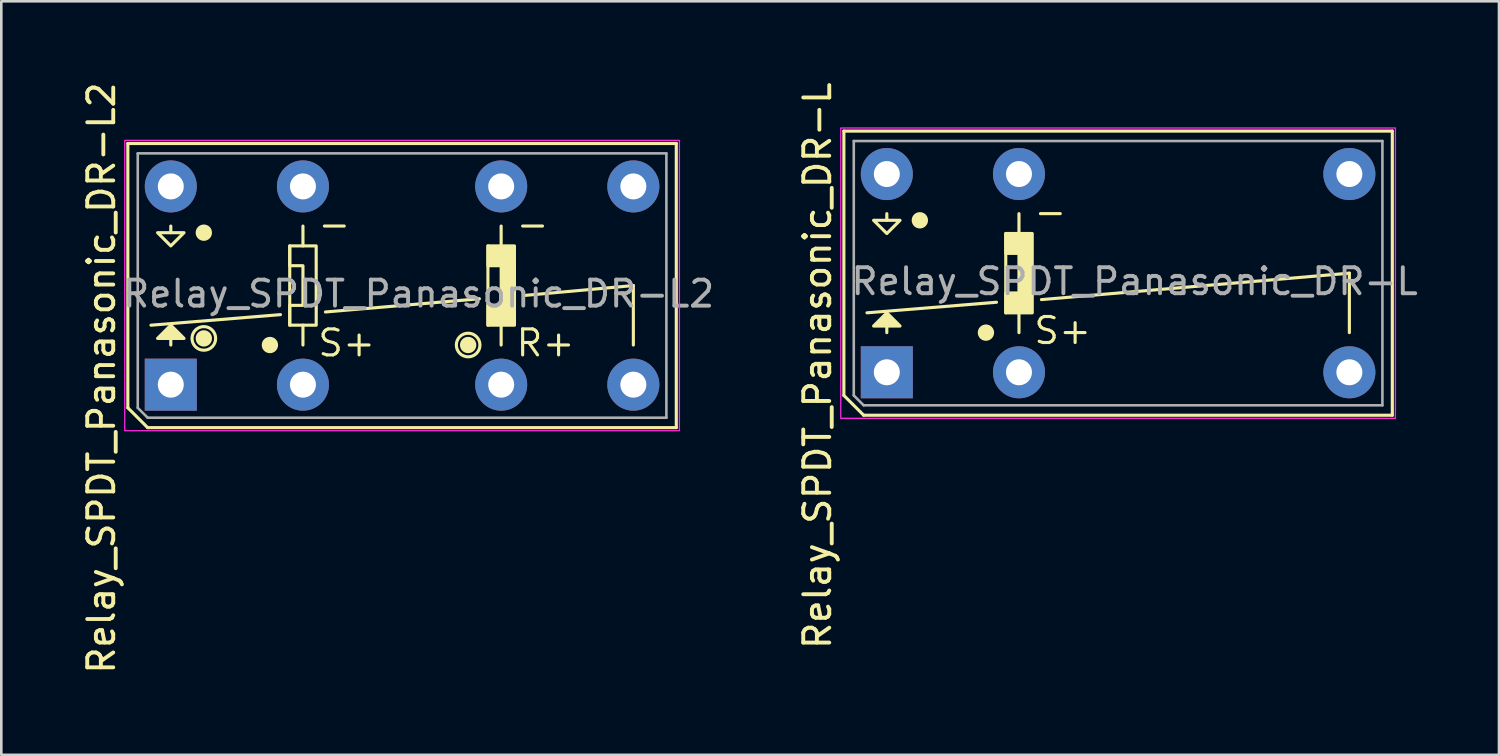
<source format=kicad_pcb>
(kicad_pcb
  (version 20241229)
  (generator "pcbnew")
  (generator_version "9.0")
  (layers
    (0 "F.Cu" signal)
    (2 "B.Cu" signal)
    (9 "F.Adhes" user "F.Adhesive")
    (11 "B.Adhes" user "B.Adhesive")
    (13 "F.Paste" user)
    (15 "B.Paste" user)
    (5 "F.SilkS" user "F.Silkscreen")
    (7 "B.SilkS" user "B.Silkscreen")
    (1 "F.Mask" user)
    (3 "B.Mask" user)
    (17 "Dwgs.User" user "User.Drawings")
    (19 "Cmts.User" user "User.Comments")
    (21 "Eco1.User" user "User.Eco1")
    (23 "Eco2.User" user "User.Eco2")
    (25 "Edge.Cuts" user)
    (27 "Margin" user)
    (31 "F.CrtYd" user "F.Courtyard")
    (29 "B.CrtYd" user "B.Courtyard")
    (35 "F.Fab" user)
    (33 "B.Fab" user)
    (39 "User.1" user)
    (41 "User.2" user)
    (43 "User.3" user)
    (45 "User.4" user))
  (footprint "Relay_SPDT_Panasonic_DR-L2"
    (layer "F.Cu")
    (at 3.515 11.736)
    (property "Reference" "Relay_SPDT_Panasonic_DR-L2" (at -2.667 -0.254 90) (unlocked yes) (layer "F.SilkS") (effects (font (size 1 1) (thickness 0.15))))
    (attr through_hole)
    (fp_line (start -1.651 -9.271) (end 19.431 -9.271) (stroke (width 0.12) (type solid)) (layer "F.SilkS"))
    (fp_line (start -1.651 0.89) (end -1.651 -9.271) (stroke (width 0.12) (type solid)) (layer "F.SilkS"))
    (fp_line (start -0.89 1.651) (end -1.651 0.89) (stroke (width 0.12) (type solid)) (layer "F.SilkS"))
    (fp_line (start -0.89 1.651) (end 19.431 1.651) (stroke (width 0.12) (type solid)) (layer "F.SilkS"))
    (fp_line (start -0.762 -2.286) (end 4.216 -2.692) (stroke (width 0.12) (type solid)) (layer "F.SilkS"))
    (fp_line (start 0 -5.842) (end 0 -6.096) (stroke (width 0.12) (type solid)) (layer "F.SilkS"))
    (fp_line (start 0 -1.524) (end 0 -1.778) (stroke (width 0.12) (type solid)) (layer "F.SilkS"))
    (fp_line (start 4.572 -2.286) (end 4.572 -5.334) (stroke (width 0.12) (type solid)) (layer "F.SilkS"))
    (fp_line (start 5.08 -5.334) (end 5.08 -6.096) (stroke (width 0.12) (type solid)) (layer "F.SilkS"))
    (fp_line (start 5.08 -2.286) (end 5.08 -1.524) (stroke (width 0.12) (type solid)) (layer "F.SilkS"))
    (fp_line (start 5.944 -2.794) (end 11.862 -3.302) (stroke (width 0.12) (type solid)) (layer "F.SilkS"))
    (fp_line (start 12.19 -2.286) (end 12.19 -5.334) (stroke (width 0.12) (type solid)) (layer "F.SilkS"))
    (fp_line (start 12.698 -5.334) (end 12.698 -6.096) (stroke (width 0.12) (type solid)) (layer "F.SilkS"))
    (fp_line (start 12.698 -2.286) (end 12.698 -1.524) (stroke (width 0.12) (type solid)) (layer "F.SilkS"))
    (fp_line (start 13.589 -3.429) (end 17.78 -3.81) (stroke (width 0.12) (type solid)) (layer "F.SilkS"))
    (fp_line (start 17.78 -1.524) (end 17.78 -3.81) (stroke (width 0.12) (type solid)) (layer "F.SilkS"))
    (fp_line (start 19.431 1.651) (end 19.431 -9.271) (stroke (width 0.12) (type solid)) (layer "F.SilkS"))
    (fp_circle (center 1.27 -5.842) (end 1.524 -5.842) (stroke (width 0.12) (type solid)) (fill yes) (layer "F.SilkS"))
    (fp_circle (center 1.27 -1.778) (end 1.524 -1.778) (stroke (width 0.12) (type solid)) (fill yes) (layer "F.SilkS"))
    (fp_circle (center 1.27 -1.778) (end 1.724 -1.778) (stroke (width 0.12) (type solid)) (fill no) (layer "F.SilkS"))
    (fp_circle (center 3.81 -1.524) (end 4.064 -1.524) (stroke (width 0.12) (type solid)) (fill yes) (layer "F.SilkS"))
    (fp_circle (center 11.43 -1.524) (end 11.684 -1.524) (stroke (width 0.12) (type solid)) (fill yes) (layer "F.SilkS"))
    (fp_circle (center 11.43 -1.524) (end 11.884 -1.524) (stroke (width 0.12) (type solid)) (fill no) (layer "F.SilkS"))
    (fp_poly (pts (xy -0.508 -5.842) (xy 0 -5.334) (xy 0.508 -5.842)) (stroke (width 0.12) (type solid)) (fill no) (layer "F.SilkS"))
    (fp_poly (pts (xy 0.508 -1.778) (xy -0.508 -1.778) (xy 0 -2.286)) (stroke (width 0.12) (type solid)) (fill yes) (layer "F.SilkS"))
    (fp_poly (pts (xy 4.572 -4.572) (xy 4.572 -5.334) (xy 5.589 -5.334) (xy 5.59 -2.286) (xy 4.572 -2.286) (xy 4.572 -3.048) (xy 5.08 -3.048) (xy 5.08 -4.572)) (stroke (width 0.12) (type solid)) (fill no) (layer "F.SilkS"))
    (fp_poly (pts (xy 12.192 -4.572) (xy 12.192 -5.334) (xy 13.209 -5.334) (xy 13.21 -2.286) (xy 12.192 -2.286) (xy 12.192 -3.048) (xy 12.7 -3.048) (xy 12.7 -4.572)) (stroke (width 0.12) (type solid)) (fill yes) (layer "F.SilkS"))
    (fp_rect (start -1.77 -9.39) (end 19.55 1.77) (stroke (width 0.05) (type default)) (fill no) (layer "F.CrtYd"))
    (fp_line (start -1.27 -8.89) (end 19.05 -8.89) (stroke (width 0.1) (type solid)) (layer "F.Fab"))
    (fp_line (start -1.27 0.89) (end -1.27 -8.89) (stroke (width 0.1) (type solid)) (layer "F.Fab"))
    (fp_line (start -0.89 1.27) (end -1.27 0.89) (stroke (width 0.1) (type solid)) (layer "F.Fab"))
    (fp_line (start 19.05 -8.89) (end 19.05 1.27) (stroke (width 0.1) (type solid)) (layer "F.Fab"))
    (fp_line (start 19.05 1.27) (end -0.89 1.27) (stroke (width 0.1) (type solid)) (layer "F.Fab"))
    (fp_text user "-" (at 5.588 -5.588 0) (unlocked yes) (layer "F.SilkS") (effects (font (size 1 1) (thickness 0.12)) (justify left bottom)))
    (fp_text user "R+" (at 13.208 -1.016 0) (unlocked yes) (layer "F.SilkS") (effects (font (size 1 1) (thickness 0.12)) (justify left bottom)))
    (fp_text user "-" (at 13.208 -5.588 0) (unlocked yes) (layer "F.SilkS") (effects (font (size 1 1) (thickness 0.12)) (justify left bottom)))
    (fp_text user "S+" (at 5.588 -1.016 0) (unlocked yes) (layer "F.SilkS") (effects (font (size 1 1) (thickness 0.12)) (justify left bottom)))
    (fp_text user "${REFERENCE}" (at 9.525 -3.493 0) (unlocked yes) (layer "F.Fab") (effects (font (size 1 1) (thickness 0.15))))
    (pad "11" thru_hole circle (at 17.78 0 180) (size 2 2) (drill 1) (layers "*.Cu" "*.Mask"))
    (pad "12" thru_hole rect (at 0 0 180) (size 2 2) (drill 1) (layers "*.Cu" "*.Mask"))
    (pad "14" thru_hole circle (at 0 -7.62 180) (size 2 2) (drill 1) (layers "*.Cu" "*.Mask"))
    (pad "A1" thru_hole circle (at 5.08 0 180) (size 2 2) (drill 1) (layers "*.Cu" "*.Mask"))
    (pad "A2" thru_hole circle (at 5.08 -7.62 180) (size 2 2) (drill 1) (layers "*.Cu" "*.Mask"))
    (pad "B1" thru_hole circle (at 12.7 0 180) (size 2 2) (drill 1) (layers "*.Cu" "*.Mask"))
    (pad "B2" thru_hole circle (at 12.7 -7.62 180) (size 2 2) (drill 1) (layers "*.Cu" "*.Mask"))
    (pad "PE" thru_hole circle (at 17.78 -7.62 180) (size 2 2) (drill 1) (layers "*.Cu" "*.Mask")))
  (footprint "Relay_SPDT_Panasonic_DR-L"
    (layer "F.Cu")
    (at 31.038 11.26)
    (property "Reference" "Relay_SPDT_Panasonic_DR-L" (at -2.667 -0.254 90) (unlocked yes) (layer "F.SilkS") (effects (font (size 1 1) (thickness 0.15))))
    (attr through_hole)
    (fp_line (start -1.651 -9.271) (end 19.431 -9.271) (stroke (width 0.12) (type solid)) (layer "F.SilkS"))
    (fp_line (start -1.651 0.89) (end -1.651 -9.271) (stroke (width 0.12) (type solid)) (layer "F.SilkS"))
    (fp_line (start -0.89 1.651) (end -1.651 0.89) (stroke (width 0.12) (type solid)) (layer "F.SilkS"))
    (fp_line (start -0.89 1.651) (end 19.431 1.651) (stroke (width 0.12) (type solid)) (layer "F.SilkS"))
    (fp_line (start -0.762 -2.286) (end 4.216 -2.692) (stroke (width 0.12) (type solid)) (layer "F.SilkS"))
    (fp_line (start 0 -5.842) (end 0 -6.096) (stroke (width 0.12) (type solid)) (layer "F.SilkS"))
    (fp_line (start 0 -1.524) (end 0 -1.778) (stroke (width 0.12) (type solid)) (layer "F.SilkS"))
    (fp_line (start 4.572 -2.286) (end 4.572 -5.334) (stroke (width 0.12) (type solid)) (layer "F.SilkS"))
    (fp_line (start 5.08 -5.334) (end 5.08 -6.096) (stroke (width 0.12) (type solid)) (layer "F.SilkS"))
    (fp_line (start 5.08 -2.286) (end 5.08 -1.524) (stroke (width 0.12) (type solid)) (layer "F.SilkS"))
    (fp_line (start 5.944 -2.794) (end 17.78 -3.81) (stroke (width 0.12) (type solid)) (layer "F.SilkS"))
    (fp_line (start 17.78 -1.524) (end 17.78 -3.81) (stroke (width 0.12) (type solid)) (layer "F.SilkS"))
    (fp_line (start 19.431 1.651) (end 19.431 -9.271) (stroke (width 0.12) (type solid)) (layer "F.SilkS"))
    (fp_circle (center 1.27 -5.842) (end 1.524 -5.842) (stroke (width 0.12) (type solid)) (fill yes) (layer "F.SilkS"))
    (fp_circle (center 3.81 -1.524) (end 4.064 -1.524) (stroke (width 0.12) (type solid)) (fill yes) (layer "F.SilkS"))
    (fp_poly (pts (xy -0.508 -5.842) (xy 0 -5.334) (xy 0.508 -5.842)) (stroke (width 0.12) (type solid)) (fill no) (layer "F.SilkS"))
    (fp_poly (pts (xy 0.508 -1.778) (xy -0.508 -1.778) (xy 0 -2.286)) (stroke (width 0.12) (type solid)) (fill yes) (layer "F.SilkS"))
    (fp_poly (pts (xy 4.572 -4.572) (xy 4.572 -5.334) (xy 5.589 -5.334) (xy 5.59 -2.286) (xy 4.572 -2.286) (xy 4.572 -3.048) (xy 5.08 -3.048) (xy 5.08 -4.572)) (stroke (width 0.12) (type solid)) (fill yes) (layer "F.SilkS"))
    (fp_rect (start -1.77 -9.39) (end 19.55 1.77) (stroke (width 0.05) (type default)) (fill no) (layer "F.CrtYd"))
    (fp_line (start -1.27 -8.89) (end 19.05 -8.89) (stroke (width 0.1) (type solid)) (layer "F.Fab"))
    (fp_line (start -1.27 0.89) (end -1.27 -8.89) (stroke (width 0.1) (type solid)) (layer "F.Fab"))
    (fp_line (start -0.89 1.27) (end -1.27 0.89) (stroke (width 0.1) (type solid)) (layer "F.Fab"))
    (fp_line (start 19.05 -8.89) (end 19.05 1.27) (stroke (width 0.1) (type solid)) (layer "F.Fab"))
    (fp_line (start 19.05 1.27) (end -0.89 1.27) (stroke (width 0.1) (type solid)) (layer "F.Fab"))
    (fp_text user "S+" (at 5.588 -1.016 0) (unlocked yes) (layer "F.SilkS") (effects (font (size 1 1) (thickness 0.12)) (justify left bottom)))
    (fp_text user "-" (at 5.588 -5.588 0) (unlocked yes) (layer "F.SilkS") (effects (font (size 1 1) (thickness 0.12)) (justify left bottom)))
    (fp_text user "${REFERENCE}" (at 9.525 -3.493 0) (unlocked yes) (layer "F.Fab") (effects (font (size 1 1) (thickness 0.15))))
    (pad "11" thru_hole circle (at 17.78 0 180) (size 2 2) (drill 1) (layers "*.Cu" "*.Mask"))
    (pad "12" thru_hole rect (at 0 0 180) (size 2 2) (drill 1) (layers "*.Cu" "*.Mask"))
    (pad "14" thru_hole circle (at 0 -7.62 180) (size 2 2) (drill 1) (layers "*.Cu" "*.Mask"))
    (pad "A1" thru_hole circle (at 5.08 0 180) (size 2 2) (drill 1) (layers "*.Cu" "*.Mask"))
    (pad "A2" thru_hole circle (at 5.08 -7.62 180) (size 2 2) (drill 1) (layers "*.Cu" "*.Mask"))
    (pad "PE" thru_hole circle (at 17.78 -7.62 180) (size 2 2) (drill 1) (layers "*.Cu" "*.Mask")))
  (gr_rect
    (start -3 -3)
    (end 54.569 25.964)
    (stroke (width 0.1) (type default))
    (fill no)
    (layer "Edge.Cuts")))
</source>
